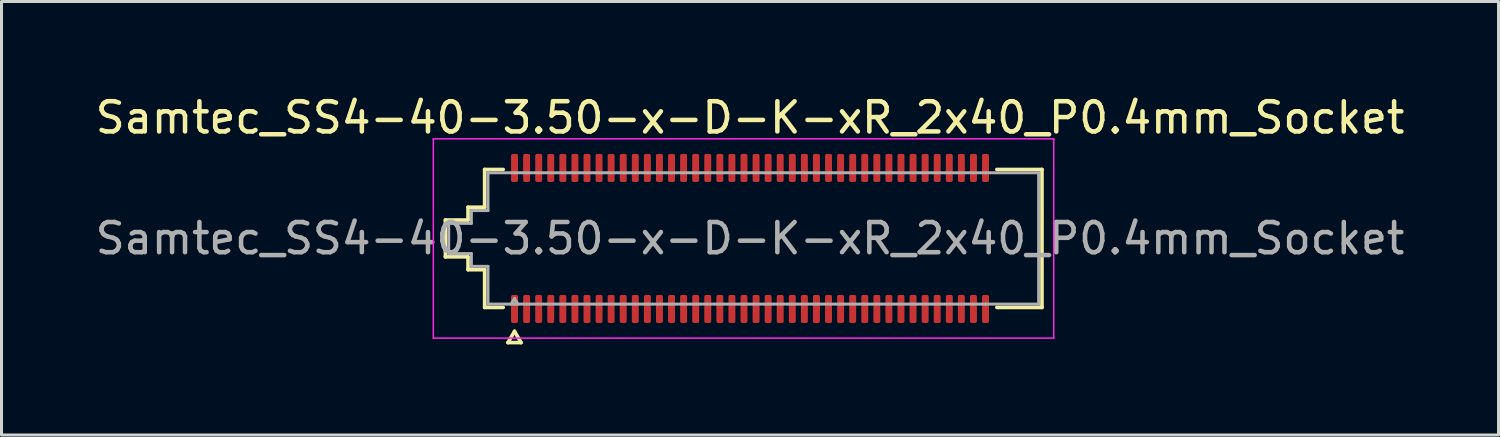
<source format=kicad_pcb>
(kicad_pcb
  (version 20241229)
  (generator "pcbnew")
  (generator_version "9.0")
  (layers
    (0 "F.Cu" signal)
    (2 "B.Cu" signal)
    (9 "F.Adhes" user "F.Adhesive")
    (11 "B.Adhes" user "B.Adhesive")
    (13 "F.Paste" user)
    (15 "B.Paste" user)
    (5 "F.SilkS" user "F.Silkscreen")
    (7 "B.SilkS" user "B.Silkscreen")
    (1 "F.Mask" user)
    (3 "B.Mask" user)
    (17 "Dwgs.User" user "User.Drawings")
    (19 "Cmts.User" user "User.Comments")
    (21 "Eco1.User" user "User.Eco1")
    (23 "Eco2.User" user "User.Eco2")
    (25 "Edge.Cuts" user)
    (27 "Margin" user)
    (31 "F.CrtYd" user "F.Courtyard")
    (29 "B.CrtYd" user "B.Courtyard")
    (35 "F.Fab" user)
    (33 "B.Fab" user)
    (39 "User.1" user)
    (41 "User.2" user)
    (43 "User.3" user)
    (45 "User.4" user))
  (footprint "Samtec_SS4-40-3.50-x-D-K-xR_2x40_P0.4mm_Socket"
    (layer "F.Cu")
    (at 21.792 4.848)
    (property "Reference" "Samtec_SS4-40-3.50-x-D-K-xR_2x40_P0.4mm_Socket" (at 0 -4 0) (layer "F.SilkS") (effects (font (size 1 1) (thickness 0.15))))
    (attr smd)
    (fp_line (start -10.09 -0.61) (end -9.34 -0.61) (stroke (width 0.12) (type solid)) (layer "F.SilkS"))
    (fp_line (start -10.09 0.61) (end -10.09 -0.61) (stroke (width 0.12) (type solid)) (layer "F.SilkS"))
    (fp_line (start -9.34 -1.035) (end -8.79 -1.035) (stroke (width 0.12) (type solid)) (layer "F.SilkS"))
    (fp_line (start -9.34 -0.61) (end -9.34 -1.035) (stroke (width 0.12) (type solid)) (layer "F.SilkS"))
    (fp_line (start -9.34 0.61) (end -10.09 0.61) (stroke (width 0.12) (type solid)) (layer "F.SilkS"))
    (fp_line (start -9.34 1.035) (end -9.34 0.61) (stroke (width 0.12) (type solid)) (layer "F.SilkS"))
    (fp_line (start -8.79 -2.285) (end -8.175 -2.285) (stroke (width 0.12) (type solid)) (layer "F.SilkS"))
    (fp_line (start -8.79 -1.035) (end -8.79 -2.285) (stroke (width 0.12) (type solid)) (layer "F.SilkS"))
    (fp_line (start -8.79 1.035) (end -9.34 1.035) (stroke (width 0.12) (type solid)) (layer "F.SilkS"))
    (fp_line (start -8.79 2.285) (end -8.79 1.035) (stroke (width 0.12) (type solid)) (layer "F.SilkS"))
    (fp_line (start -8.175 2.285) (end -8.79 2.285) (stroke (width 0.12) (type solid)) (layer "F.SilkS"))
    (fp_line (start -8.017 3.45) (end -7.8 3.075) (stroke (width 0.12) (type solid)) (layer "F.SilkS"))
    (fp_line (start -7.8 3.075) (end -7.583 3.45) (stroke (width 0.12) (type solid)) (layer "F.SilkS"))
    (fp_line (start -7.583 3.45) (end -8.017 3.45) (stroke (width 0.12) (type solid)) (layer "F.SilkS"))
    (fp_line (start 8.175 -2.285) (end 9.67 -2.285) (stroke (width 0.12) (type solid)) (layer "F.SilkS"))
    (fp_line (start 9.67 -2.285) (end 9.67 2.285) (stroke (width 0.12) (type solid)) (layer "F.SilkS"))
    (fp_line (start 9.67 2.285) (end 8.175 2.285) (stroke (width 0.12) (type solid)) (layer "F.SilkS"))
    (fp_line (start -10.49 -3.3) (end -10.49 3.3) (stroke (width 0.05) (type solid)) (layer "F.CrtYd"))
    (fp_line (start -10.49 3.3) (end 10.06 3.3) (stroke (width 0.05) (type solid)) (layer "F.CrtYd"))
    (fp_line (start 10.06 -3.3) (end -10.49 -3.3) (stroke (width 0.05) (type solid)) (layer "F.CrtYd"))
    (fp_line (start 10.06 3.3) (end 10.06 -3.3) (stroke (width 0.05) (type solid)) (layer "F.CrtYd"))
    (fp_line (start -9.98 -0.5) (end -9.23 -0.5) (stroke (width 0.1) (type solid)) (layer "F.Fab"))
    (fp_line (start -9.98 0.5) (end -9.98 -0.5) (stroke (width 0.1) (type solid)) (layer "F.Fab"))
    (fp_line (start -9.23 -0.925) (end -8.68 -0.925) (stroke (width 0.1) (type solid)) (layer "F.Fab"))
    (fp_line (start -9.23 -0.5) (end -9.23 -0.925) (stroke (width 0.1) (type solid)) (layer "F.Fab"))
    (fp_line (start -9.23 0.5) (end -9.98 0.5) (stroke (width 0.1) (type solid)) (layer "F.Fab"))
    (fp_line (start -9.23 0.925) (end -9.23 0.5) (stroke (width 0.1) (type solid)) (layer "F.Fab"))
    (fp_line (start -8.68 -2.175) (end -7.8 -2.175) (stroke (width 0.1) (type solid)) (layer "F.Fab"))
    (fp_line (start -8.68 -0.925) (end -8.68 -2.175) (stroke (width 0.1) (type solid)) (layer "F.Fab"))
    (fp_line (start -8.68 0.925) (end -9.23 0.925) (stroke (width 0.1) (type solid)) (layer "F.Fab"))
    (fp_line (start -8.68 2.175) (end -8.68 0.925) (stroke (width 0.1) (type solid)) (layer "F.Fab"))
    (fp_line (start -7.8 -2.175) (end 7.8 -2.175) (stroke (width 0.1) (type solid)) (layer "F.Fab"))
    (fp_line (start -7.8 1.991) (end -7.915 2.175) (stroke (width 0.1) (type solid)) (layer "F.Fab"))
    (fp_line (start -7.8 1.991) (end -7.685 2.175) (stroke (width 0.1) (type solid)) (layer "F.Fab"))
    (fp_line (start -7.8 2.175) (end -8.68 2.175) (stroke (width 0.1) (type solid)) (layer "F.Fab"))
    (fp_line (start 7.8 -2.175) (end 9.56 -2.175) (stroke (width 0.1) (type solid)) (layer "F.Fab"))
    (fp_line (start 7.8 2.175) (end -7.8 2.175) (stroke (width 0.1) (type solid)) (layer "F.Fab"))
    (fp_line (start 9.56 -2.175) (end 9.56 2.175) (stroke (width 0.1) (type solid)) (layer "F.Fab"))
    (fp_line (start 9.56 2.175) (end 7.8 2.175) (stroke (width 0.1) (type solid)) (layer "F.Fab"))
    (fp_text user "${REFERENCE}" (at 0 0 0) (layer "F.Fab") (effects (font (size 1 1) (thickness 0.15))))
    (pad "1" smd roundrect (at -7.8 2.335) (size 0.23 0.93) (layers "F.Cu" "F.Mask" "F.Paste") (roundrect_rratio 0.25))
    (pad "2" smd roundrect (at -7.8 -2.335) (size 0.23 0.93) (layers "F.Cu" "F.Mask" "F.Paste") (roundrect_rratio 0.25))
    (pad "3" smd roundrect (at -7.4 2.335) (size 0.23 0.93) (layers "F.Cu" "F.Mask" "F.Paste") (roundrect_rratio 0.25))
    (pad "4" smd roundrect (at -7.4 -2.335) (size 0.23 0.93) (layers "F.Cu" "F.Mask" "F.Paste") (roundrect_rratio 0.25))
    (pad "5" smd roundrect (at -7 2.335) (size 0.23 0.93) (layers "F.Cu" "F.Mask" "F.Paste") (roundrect_rratio 0.25))
    (pad "6" smd roundrect (at -7 -2.335) (size 0.23 0.93) (layers "F.Cu" "F.Mask" "F.Paste") (roundrect_rratio 0.25))
    (pad "7" smd roundrect (at -6.6 2.335) (size 0.23 0.93) (layers "F.Cu" "F.Mask" "F.Paste") (roundrect_rratio 0.25))
    (pad "8" smd roundrect (at -6.6 -2.335) (size 0.23 0.93) (layers "F.Cu" "F.Mask" "F.Paste") (roundrect_rratio 0.25))
    (pad "9" smd roundrect (at -6.2 2.335) (size 0.23 0.93) (layers "F.Cu" "F.Mask" "F.Paste") (roundrect_rratio 0.25))
    (pad "10" smd roundrect (at -6.2 -2.335) (size 0.23 0.93) (layers "F.Cu" "F.Mask" "F.Paste") (roundrect_rratio 0.25))
    (pad "11" smd roundrect (at -5.8 2.335) (size 0.23 0.93) (layers "F.Cu" "F.Mask" "F.Paste") (roundrect_rratio 0.25))
    (pad "12" smd roundrect (at -5.8 -2.335) (size 0.23 0.93) (layers "F.Cu" "F.Mask" "F.Paste") (roundrect_rratio 0.25))
    (pad "13" smd roundrect (at -5.4 2.335) (size 0.23 0.93) (layers "F.Cu" "F.Mask" "F.Paste") (roundrect_rratio 0.25))
    (pad "14" smd roundrect (at -5.4 -2.335) (size 0.23 0.93) (layers "F.Cu" "F.Mask" "F.Paste") (roundrect_rratio 0.25))
    (pad "15" smd roundrect (at -5 2.335) (size 0.23 0.93) (layers "F.Cu" "F.Mask" "F.Paste") (roundrect_rratio 0.25))
    (pad "16" smd roundrect (at -5 -2.335) (size 0.23 0.93) (layers "F.Cu" "F.Mask" "F.Paste") (roundrect_rratio 0.25))
    (pad "17" smd roundrect (at -4.6 2.335) (size 0.23 0.93) (layers "F.Cu" "F.Mask" "F.Paste") (roundrect_rratio 0.25))
    (pad "18" smd roundrect (at -4.6 -2.335) (size 0.23 0.93) (layers "F.Cu" "F.Mask" "F.Paste") (roundrect_rratio 0.25))
    (pad "19" smd roundrect (at -4.2 2.335) (size 0.23 0.93) (layers "F.Cu" "F.Mask" "F.Paste") (roundrect_rratio 0.25))
    (pad "20" smd roundrect (at -4.2 -2.335) (size 0.23 0.93) (layers "F.Cu" "F.Mask" "F.Paste") (roundrect_rratio 0.25))
    (pad "21" smd roundrect (at -3.8 2.335) (size 0.23 0.93) (layers "F.Cu" "F.Mask" "F.Paste") (roundrect_rratio 0.25))
    (pad "22" smd roundrect (at -3.8 -2.335) (size 0.23 0.93) (layers "F.Cu" "F.Mask" "F.Paste") (roundrect_rratio 0.25))
    (pad "23" smd roundrect (at -3.4 2.335) (size 0.23 0.93) (layers "F.Cu" "F.Mask" "F.Paste") (roundrect_rratio 0.25))
    (pad "24" smd roundrect (at -3.4 -2.335) (size 0.23 0.93) (layers "F.Cu" "F.Mask" "F.Paste") (roundrect_rratio 0.25))
    (pad "25" smd roundrect (at -3 2.335) (size 0.23 0.93) (layers "F.Cu" "F.Mask" "F.Paste") (roundrect_rratio 0.25))
    (pad "26" smd roundrect (at -3 -2.335) (size 0.23 0.93) (layers "F.Cu" "F.Mask" "F.Paste") (roundrect_rratio 0.25))
    (pad "27" smd roundrect (at -2.6 2.335) (size 0.23 0.93) (layers "F.Cu" "F.Mask" "F.Paste") (roundrect_rratio 0.25))
    (pad "28" smd roundrect (at -2.6 -2.335) (size 0.23 0.93) (layers "F.Cu" "F.Mask" "F.Paste") (roundrect_rratio 0.25))
    (pad "29" smd roundrect (at -2.2 2.335) (size 0.23 0.93) (layers "F.Cu" "F.Mask" "F.Paste") (roundrect_rratio 0.25))
    (pad "30" smd roundrect (at -2.2 -2.335) (size 0.23 0.93) (layers "F.Cu" "F.Mask" "F.Paste") (roundrect_rratio 0.25))
    (pad "31" smd roundrect (at -1.8 2.335) (size 0.23 0.93) (layers "F.Cu" "F.Mask" "F.Paste") (roundrect_rratio 0.25))
    (pad "32" smd roundrect (at -1.8 -2.335) (size 0.23 0.93) (layers "F.Cu" "F.Mask" "F.Paste") (roundrect_rratio 0.25))
    (pad "33" smd roundrect (at -1.4 2.335) (size 0.23 0.93) (layers "F.Cu" "F.Mask" "F.Paste") (roundrect_rratio 0.25))
    (pad "34" smd roundrect (at -1.4 -2.335) (size 0.23 0.93) (layers "F.Cu" "F.Mask" "F.Paste") (roundrect_rratio 0.25))
    (pad "35" smd roundrect (at -1 2.335) (size 0.23 0.93) (layers "F.Cu" "F.Mask" "F.Paste") (roundrect_rratio 0.25))
    (pad "36" smd roundrect (at -1 -2.335) (size 0.23 0.93) (layers "F.Cu" "F.Mask" "F.Paste") (roundrect_rratio 0.25))
    (pad "37" smd roundrect (at -0.6 2.335) (size 0.23 0.93) (layers "F.Cu" "F.Mask" "F.Paste") (roundrect_rratio 0.25))
    (pad "38" smd roundrect (at -0.6 -2.335) (size 0.23 0.93) (layers "F.Cu" "F.Mask" "F.Paste") (roundrect_rratio 0.25))
    (pad "39" smd roundrect (at -0.2 2.335) (size 0.23 0.93) (layers "F.Cu" "F.Mask" "F.Paste") (roundrect_rratio 0.25))
    (pad "40" smd roundrect (at -0.2 -2.335) (size 0.23 0.93) (layers "F.Cu" "F.Mask" "F.Paste") (roundrect_rratio 0.25))
    (pad "41" smd roundrect (at 0.2 2.335) (size 0.23 0.93) (layers "F.Cu" "F.Mask" "F.Paste") (roundrect_rratio 0.25))
    (pad "42" smd roundrect (at 0.2 -2.335) (size 0.23 0.93) (layers "F.Cu" "F.Mask" "F.Paste") (roundrect_rratio 0.25))
    (pad "43" smd roundrect (at 0.6 2.335) (size 0.23 0.93) (layers "F.Cu" "F.Mask" "F.Paste") (roundrect_rratio 0.25))
    (pad "44" smd roundrect (at 0.6 -2.335) (size 0.23 0.93) (layers "F.Cu" "F.Mask" "F.Paste") (roundrect_rratio 0.25))
    (pad "45" smd roundrect (at 1 2.335) (size 0.23 0.93) (layers "F.Cu" "F.Mask" "F.Paste") (roundrect_rratio 0.25))
    (pad "46" smd roundrect (at 1 -2.335) (size 0.23 0.93) (layers "F.Cu" "F.Mask" "F.Paste") (roundrect_rratio 0.25))
    (pad "47" smd roundrect (at 1.4 2.335) (size 0.23 0.93) (layers "F.Cu" "F.Mask" "F.Paste") (roundrect_rratio 0.25))
    (pad "48" smd roundrect (at 1.4 -2.335) (size 0.23 0.93) (layers "F.Cu" "F.Mask" "F.Paste") (roundrect_rratio 0.25))
    (pad "49" smd roundrect (at 1.8 2.335) (size 0.23 0.93) (layers "F.Cu" "F.Mask" "F.Paste") (roundrect_rratio 0.25))
    (pad "50" smd roundrect (at 1.8 -2.335) (size 0.23 0.93) (layers "F.Cu" "F.Mask" "F.Paste") (roundrect_rratio 0.25))
    (pad "51" smd roundrect (at 2.2 2.335) (size 0.23 0.93) (layers "F.Cu" "F.Mask" "F.Paste") (roundrect_rratio 0.25))
    (pad "52" smd roundrect (at 2.2 -2.335) (size 0.23 0.93) (layers "F.Cu" "F.Mask" "F.Paste") (roundrect_rratio 0.25))
    (pad "53" smd roundrect (at 2.6 2.335) (size 0.23 0.93) (layers "F.Cu" "F.Mask" "F.Paste") (roundrect_rratio 0.25))
    (pad "54" smd roundrect (at 2.6 -2.335) (size 0.23 0.93) (layers "F.Cu" "F.Mask" "F.Paste") (roundrect_rratio 0.25))
    (pad "55" smd roundrect (at 3 2.335) (size 0.23 0.93) (layers "F.Cu" "F.Mask" "F.Paste") (roundrect_rratio 0.25))
    (pad "56" smd roundrect (at 3 -2.335) (size 0.23 0.93) (layers "F.Cu" "F.Mask" "F.Paste") (roundrect_rratio 0.25))
    (pad "57" smd roundrect (at 3.4 2.335) (size 0.23 0.93) (layers "F.Cu" "F.Mask" "F.Paste") (roundrect_rratio 0.25))
    (pad "58" smd roundrect (at 3.4 -2.335) (size 0.23 0.93) (layers "F.Cu" "F.Mask" "F.Paste") (roundrect_rratio 0.25))
    (pad "59" smd roundrect (at 3.8 2.335) (size 0.23 0.93) (layers "F.Cu" "F.Mask" "F.Paste") (roundrect_rratio 0.25))
    (pad "60" smd roundrect (at 3.8 -2.335) (size 0.23 0.93) (layers "F.Cu" "F.Mask" "F.Paste") (roundrect_rratio 0.25))
    (pad "61" smd roundrect (at 4.2 2.335) (size 0.23 0.93) (layers "F.Cu" "F.Mask" "F.Paste") (roundrect_rratio 0.25))
    (pad "62" smd roundrect (at 4.2 -2.335) (size 0.23 0.93) (layers "F.Cu" "F.Mask" "F.Paste") (roundrect_rratio 0.25))
    (pad "63" smd roundrect (at 4.6 2.335) (size 0.23 0.93) (layers "F.Cu" "F.Mask" "F.Paste") (roundrect_rratio 0.25))
    (pad "64" smd roundrect (at 4.6 -2.335) (size 0.23 0.93) (layers "F.Cu" "F.Mask" "F.Paste") (roundrect_rratio 0.25))
    (pad "65" smd roundrect (at 5 2.335) (size 0.23 0.93) (layers "F.Cu" "F.Mask" "F.Paste") (roundrect_rratio 0.25))
    (pad "66" smd roundrect (at 5 -2.335) (size 0.23 0.93) (layers "F.Cu" "F.Mask" "F.Paste") (roundrect_rratio 0.25))
    (pad "67" smd roundrect (at 5.4 2.335) (size 0.23 0.93) (layers "F.Cu" "F.Mask" "F.Paste") (roundrect_rratio 0.25))
    (pad "68" smd roundrect (at 5.4 -2.335) (size 0.23 0.93) (layers "F.Cu" "F.Mask" "F.Paste") (roundrect_rratio 0.25))
    (pad "69" smd roundrect (at 5.8 2.335) (size 0.23 0.93) (layers "F.Cu" "F.Mask" "F.Paste") (roundrect_rratio 0.25))
    (pad "70" smd roundrect (at 5.8 -2.335) (size 0.23 0.93) (layers "F.Cu" "F.Mask" "F.Paste") (roundrect_rratio 0.25))
    (pad "71" smd roundrect (at 6.2 2.335) (size 0.23 0.93) (layers "F.Cu" "F.Mask" "F.Paste") (roundrect_rratio 0.25))
    (pad "72" smd roundrect (at 6.2 -2.335) (size 0.23 0.93) (layers "F.Cu" "F.Mask" "F.Paste") (roundrect_rratio 0.25))
    (pad "73" smd roundrect (at 6.6 2.335) (size 0.23 0.93) (layers "F.Cu" "F.Mask" "F.Paste") (roundrect_rratio 0.25))
    (pad "74" smd roundrect (at 6.6 -2.335) (size 0.23 0.93) (layers "F.Cu" "F.Mask" "F.Paste") (roundrect_rratio 0.25))
    (pad "75" smd roundrect (at 7 2.335) (size 0.23 0.93) (layers "F.Cu" "F.Mask" "F.Paste") (roundrect_rratio 0.25))
    (pad "76" smd roundrect (at 7 -2.335) (size 0.23 0.93) (layers "F.Cu" "F.Mask" "F.Paste") (roundrect_rratio 0.25))
    (pad "77" smd roundrect (at 7.4 2.335) (size 0.23 0.93) (layers "F.Cu" "F.Mask" "F.Paste") (roundrect_rratio 0.25))
    (pad "78" smd roundrect (at 7.4 -2.335) (size 0.23 0.93) (layers "F.Cu" "F.Mask" "F.Paste") (roundrect_rratio 0.25))
    (pad "79" smd roundrect (at 7.8 2.335) (size 0.23 0.93) (layers "F.Cu" "F.Mask" "F.Paste") (roundrect_rratio 0.25))
    (pad "80" smd roundrect (at 7.8 -2.335) (size 0.23 0.93) (layers "F.Cu" "F.Mask" "F.Paste") (roundrect_rratio 0.25)))
  (gr_rect
    (start -3 -3)
    (end 46.583 11.358)
    (stroke (width 0.1) (type default))
    (fill no)
    (layer "Edge.Cuts")))
</source>
